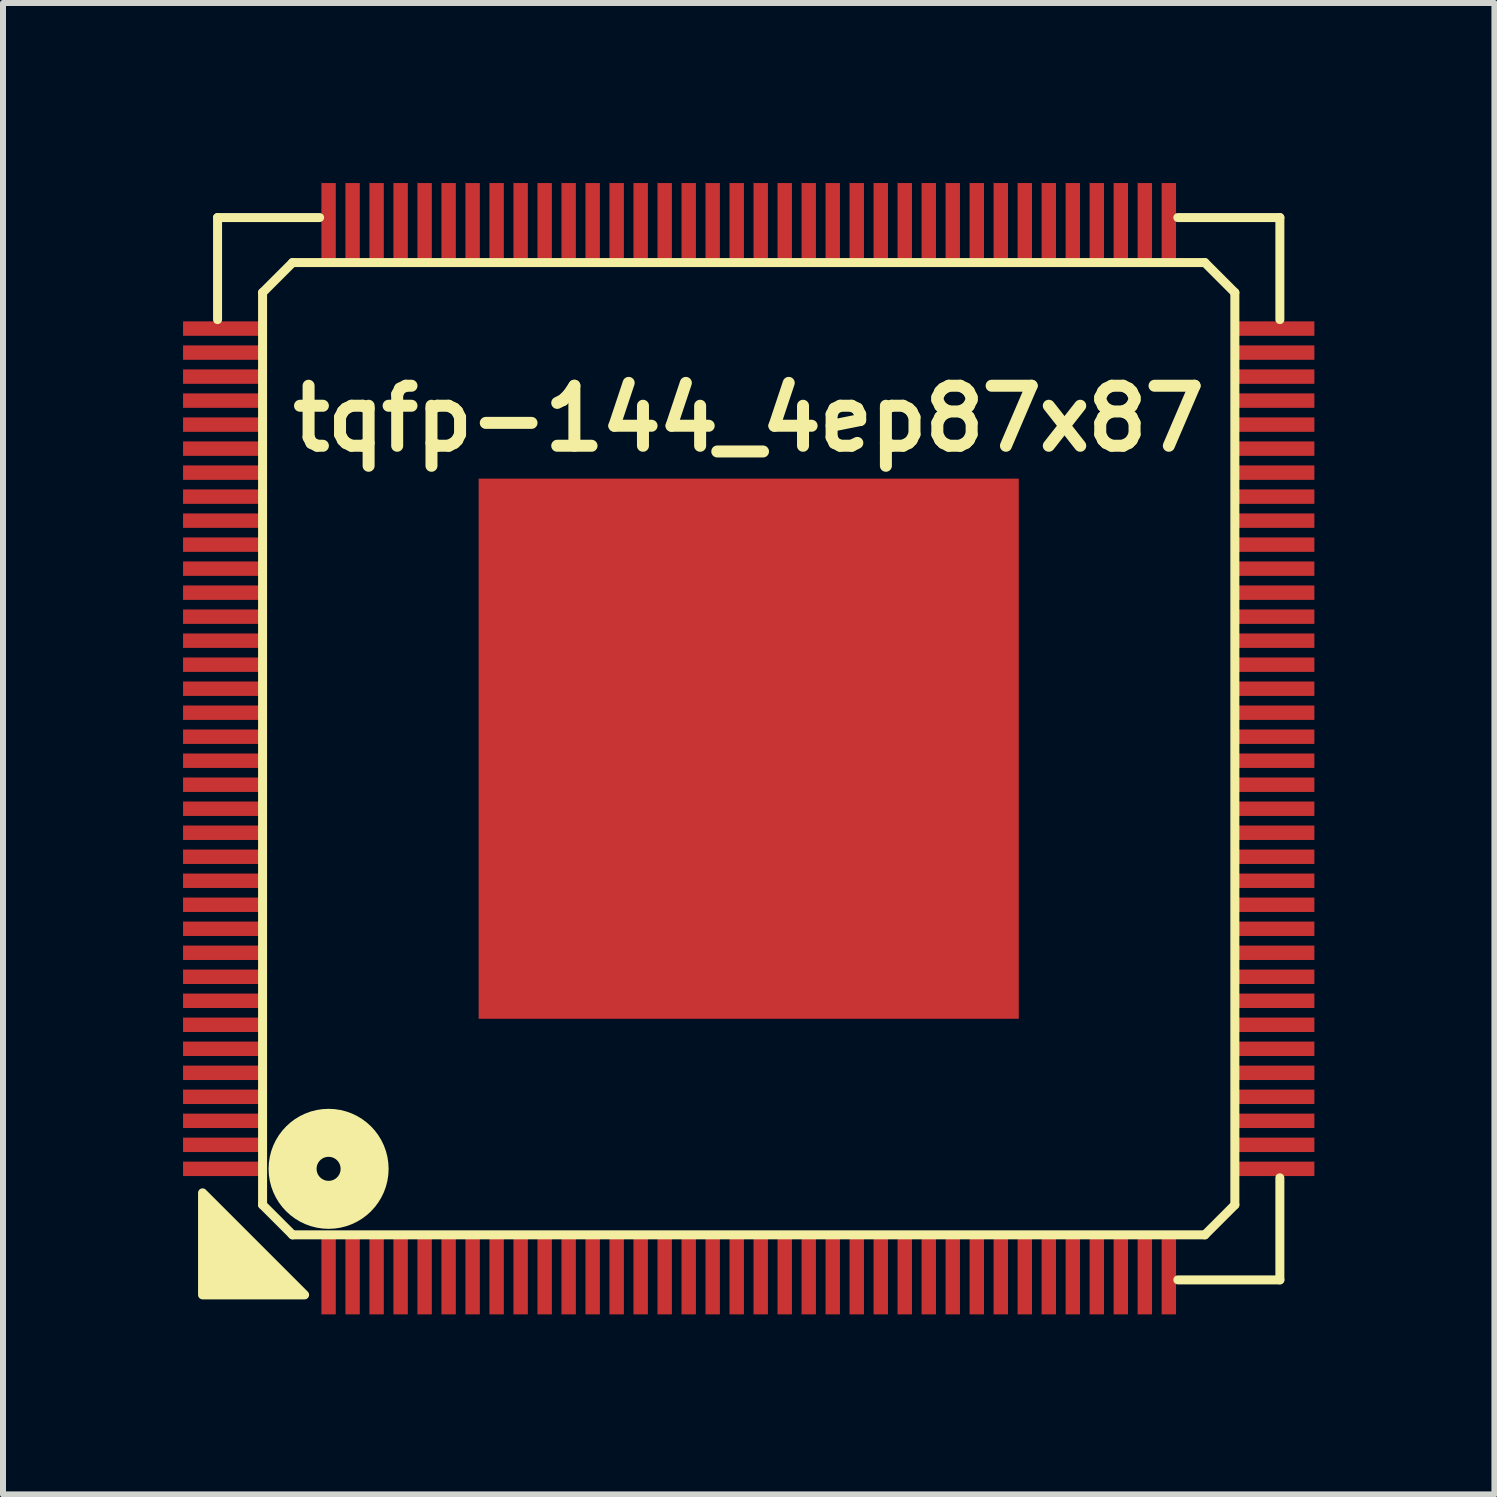
<source format=kicad_pcb>
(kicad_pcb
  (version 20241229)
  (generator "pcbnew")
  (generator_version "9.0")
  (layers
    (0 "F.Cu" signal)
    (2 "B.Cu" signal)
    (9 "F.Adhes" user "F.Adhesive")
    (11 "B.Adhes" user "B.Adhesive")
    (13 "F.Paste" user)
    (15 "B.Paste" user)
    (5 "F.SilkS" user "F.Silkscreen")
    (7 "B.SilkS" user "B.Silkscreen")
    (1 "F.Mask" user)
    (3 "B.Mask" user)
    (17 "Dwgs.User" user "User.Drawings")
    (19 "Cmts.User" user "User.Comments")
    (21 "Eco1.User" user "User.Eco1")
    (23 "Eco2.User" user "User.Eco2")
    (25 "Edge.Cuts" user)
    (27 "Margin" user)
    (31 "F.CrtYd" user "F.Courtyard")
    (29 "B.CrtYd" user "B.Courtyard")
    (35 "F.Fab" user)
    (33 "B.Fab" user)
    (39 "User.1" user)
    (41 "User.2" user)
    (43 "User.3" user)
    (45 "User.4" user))
  (footprint "tqfp-144_4ep87x87"
    (layer "F.Cu")
    (at 9.425 9.425)
    (property "Reference" "tqfp-144_4ep87x87" (at 0 -5.5 0) (layer "F.SilkS") (effects (font (size 1 1) (thickness 0.2))))
    (attr smd)
    (fp_line (start -8.85 -8.85) (end -7.15 -8.85) (stroke (width 0.15) (type solid)) (layer "F.SilkS"))
    (fp_line (start -8.85 -7.15) (end -8.85 -8.85) (stroke (width 0.15) (type solid)) (layer "F.SilkS"))
    (fp_line (start -8.1 -7.6) (end -7.6 -8.1) (stroke (width 0.15) (type solid)) (layer "F.SilkS"))
    (fp_line (start -8.1 7.6) (end -8.1 -7.6) (stroke (width 0.15) (type solid)) (layer "F.SilkS"))
    (fp_line (start -7.6 -8.1) (end 7.6 -8.1) (stroke (width 0.15) (type solid)) (layer "F.SilkS"))
    (fp_line (start -7.6 8.1) (end -8.1 7.6) (stroke (width 0.15) (type solid)) (layer "F.SilkS"))
    (fp_line (start 7.15 -8.85) (end 8.85 -8.85) (stroke (width 0.15) (type solid)) (layer "F.SilkS"))
    (fp_line (start 7.6 -8.1) (end 8.1 -7.6) (stroke (width 0.15) (type solid)) (layer "F.SilkS"))
    (fp_line (start 7.6 8.1) (end -7.6 8.1) (stroke (width 0.15) (type solid)) (layer "F.SilkS"))
    (fp_line (start 8.1 -7.6) (end 8.1 7.6) (stroke (width 0.15) (type solid)) (layer "F.SilkS"))
    (fp_line (start 8.1 7.6) (end 7.6 8.1) (stroke (width 0.15) (type solid)) (layer "F.SilkS"))
    (fp_line (start 8.85 -8.85) (end 8.85 -7.15) (stroke (width 0.15) (type solid)) (layer "F.SilkS"))
    (fp_line (start 8.85 7.15) (end 8.85 8.85) (stroke (width 0.15) (type solid)) (layer "F.SilkS"))
    (fp_line (start 8.85 8.85) (end 7.15 8.85) (stroke (width 0.15) (type solid)) (layer "F.SilkS"))
    (fp_circle (center -7 7) (end -6.8 7) (stroke (width 0.8) (type solid)) (fill no) (layer "F.SilkS"))
    (fp_poly (pts (xy -7.4 9.1) (xy -9.1 9.1) (xy -9.1 7.4)) (stroke (width 0.15) (type solid)) (fill yes) (layer "F.SilkS"))
    (pad "" smd rect (at -2.7 -2.7) (size 2.4 2.4) (layers "F.Paste"))
    (pad "" smd rect (at -2.7 0) (size 2.4 2.4) (layers "F.Paste"))
    (pad "" smd rect (at -2.7 2.7) (size 2.4 2.4) (layers "F.Paste"))
    (pad "" smd rect (at 0 -2.7) (size 2.4 2.4) (layers "F.Paste"))
    (pad "" smd rect (at 0 0) (size 2.4 2.4) (layers "F.Paste"))
    (pad "" smd rect (at 0 2.7) (size 2.4 2.4) (layers "F.Paste"))
    (pad "" smd rect (at 2.7 -2.7) (size 2.4 2.4) (layers "F.Paste"))
    (pad "" smd rect (at 2.7 0) (size 2.4 2.4) (layers "F.Paste"))
    (pad "" smd rect (at 2.7 2.7) (size 2.4 2.4) (layers "F.Paste"))
    (pad "1" smd rect (at -7 8.75) (size 0.24 1.35) (layers "F.Cu" "F.Mask" "F.Paste"))
    (pad "2" smd rect (at -6.6 8.75) (size 0.24 1.35) (layers "F.Cu" "F.Mask" "F.Paste"))
    (pad "3" smd rect (at -6.2 8.75) (size 0.24 1.35) (layers "F.Cu" "F.Mask" "F.Paste"))
    (pad "4" smd rect (at -5.8 8.75) (size 0.24 1.35) (layers "F.Cu" "F.Mask" "F.Paste"))
    (pad "5" smd rect (at -5.4 8.75) (size 0.24 1.35) (layers "F.Cu" "F.Mask" "F.Paste"))
    (pad "6" smd rect (at -5 8.75) (size 0.24 1.35) (layers "F.Cu" "F.Mask" "F.Paste"))
    (pad "7" smd rect (at -4.6 8.75) (size 0.24 1.35) (layers "F.Cu" "F.Mask" "F.Paste"))
    (pad "8" smd rect (at -4.2 8.75) (size 0.24 1.35) (layers "F.Cu" "F.Mask" "F.Paste"))
    (pad "9" smd rect (at -3.8 8.75) (size 0.24 1.35) (layers "F.Cu" "F.Mask" "F.Paste"))
    (pad "10" smd rect (at -3.4 8.75) (size 0.24 1.35) (layers "F.Cu" "F.Mask" "F.Paste"))
    (pad "11" smd rect (at -3 8.75) (size 0.24 1.35) (layers "F.Cu" "F.Mask" "F.Paste"))
    (pad "12" smd rect (at -2.6 8.75) (size 0.24 1.35) (layers "F.Cu" "F.Mask" "F.Paste"))
    (pad "13" smd rect (at -2.2 8.75) (size 0.24 1.35) (layers "F.Cu" "F.Mask" "F.Paste"))
    (pad "14" smd rect (at -1.8 8.75) (size 0.24 1.35) (layers "F.Cu" "F.Mask" "F.Paste"))
    (pad "15" smd rect (at -1.4 8.75) (size 0.24 1.35) (layers "F.Cu" "F.Mask" "F.Paste"))
    (pad "16" smd rect (at -1 8.75) (size 0.24 1.35) (layers "F.Cu" "F.Mask" "F.Paste"))
    (pad "17" smd rect (at -0.6 8.75) (size 0.24 1.35) (layers "F.Cu" "F.Mask" "F.Paste"))
    (pad "18" smd rect (at -0.2 8.75) (size 0.24 1.35) (layers "F.Cu" "F.Mask" "F.Paste"))
    (pad "19" smd rect (at 0.2 8.75) (size 0.24 1.35) (layers "F.Cu" "F.Mask" "F.Paste"))
    (pad "20" smd rect (at 0.6 8.75) (size 0.24 1.35) (layers "F.Cu" "F.Mask" "F.Paste"))
    (pad "21" smd rect (at 1 8.75) (size 0.24 1.35) (layers "F.Cu" "F.Mask" "F.Paste"))
    (pad "22" smd rect (at 1.4 8.75) (size 0.24 1.35) (layers "F.Cu" "F.Mask" "F.Paste"))
    (pad "23" smd rect (at 1.8 8.75) (size 0.24 1.35) (layers "F.Cu" "F.Mask" "F.Paste"))
    (pad "24" smd rect (at 2.2 8.75) (size 0.24 1.35) (layers "F.Cu" "F.Mask" "F.Paste"))
    (pad "25" smd rect (at 2.6 8.75) (size 0.24 1.35) (layers "F.Cu" "F.Mask" "F.Paste"))
    (pad "26" smd rect (at 3 8.75) (size 0.24 1.35) (layers "F.Cu" "F.Mask" "F.Paste"))
    (pad "27" smd rect (at 3.4 8.75) (size 0.24 1.35) (layers "F.Cu" "F.Mask" "F.Paste"))
    (pad "28" smd rect (at 3.8 8.75) (size 0.24 1.35) (layers "F.Cu" "F.Mask" "F.Paste"))
    (pad "29" smd rect (at 4.2 8.75) (size 0.24 1.35) (layers "F.Cu" "F.Mask" "F.Paste"))
    (pad "30" smd rect (at 4.6 8.75) (size 0.24 1.35) (layers "F.Cu" "F.Mask" "F.Paste"))
    (pad "31" smd rect (at 5 8.75) (size 0.24 1.35) (layers "F.Cu" "F.Mask" "F.Paste"))
    (pad "32" smd rect (at 5.4 8.75) (size 0.24 1.35) (layers "F.Cu" "F.Mask" "F.Paste"))
    (pad "33" smd rect (at 5.8 8.75) (size 0.24 1.35) (layers "F.Cu" "F.Mask" "F.Paste"))
    (pad "34" smd rect (at 6.2 8.75) (size 0.24 1.35) (layers "F.Cu" "F.Mask" "F.Paste"))
    (pad "35" smd rect (at 6.6 8.75) (size 0.24 1.35) (layers "F.Cu" "F.Mask" "F.Paste"))
    (pad "36" smd rect (at 7 8.75) (size 0.24 1.35) (layers "F.Cu" "F.Mask" "F.Paste"))
    (pad "37" smd rect (at 8.75 7) (size 1.35 0.24) (layers "F.Cu" "F.Mask" "F.Paste"))
    (pad "38" smd rect (at 8.75 6.6) (size 1.35 0.24) (layers "F.Cu" "F.Mask" "F.Paste"))
    (pad "39" smd rect (at 8.75 6.2) (size 1.35 0.24) (layers "F.Cu" "F.Mask" "F.Paste"))
    (pad "40" smd rect (at 8.75 5.8) (size 1.35 0.24) (layers "F.Cu" "F.Mask" "F.Paste"))
    (pad "41" smd rect (at 8.75 5.4) (size 1.35 0.24) (layers "F.Cu" "F.Mask" "F.Paste"))
    (pad "42" smd rect (at 8.75 5) (size 1.35 0.24) (layers "F.Cu" "F.Mask" "F.Paste"))
    (pad "43" smd rect (at 8.75 4.6) (size 1.35 0.24) (layers "F.Cu" "F.Mask" "F.Paste"))
    (pad "44" smd rect (at 8.75 4.2) (size 1.35 0.24) (layers "F.Cu" "F.Mask" "F.Paste"))
    (pad "45" smd rect (at 8.75 3.8) (size 1.35 0.24) (layers "F.Cu" "F.Mask" "F.Paste"))
    (pad "46" smd rect (at 8.75 3.4) (size 1.35 0.24) (layers "F.Cu" "F.Mask" "F.Paste"))
    (pad "47" smd rect (at 8.75 3) (size 1.35 0.24) (layers "F.Cu" "F.Mask" "F.Paste"))
    (pad "48" smd rect (at 8.75 2.6) (size 1.35 0.24) (layers "F.Cu" "F.Mask" "F.Paste"))
    (pad "49" smd rect (at 8.75 2.2) (size 1.35 0.24) (layers "F.Cu" "F.Mask" "F.Paste"))
    (pad "50" smd rect (at 8.75 1.8) (size 1.35 0.24) (layers "F.Cu" "F.Mask" "F.Paste"))
    (pad "51" smd rect (at 8.75 1.4) (size 1.35 0.24) (layers "F.Cu" "F.Mask" "F.Paste"))
    (pad "52" smd rect (at 8.75 1) (size 1.35 0.24) (layers "F.Cu" "F.Mask" "F.Paste"))
    (pad "53" smd rect (at 8.75 0.6) (size 1.35 0.24) (layers "F.Cu" "F.Mask" "F.Paste"))
    (pad "54" smd rect (at 8.75 0.2) (size 1.35 0.24) (layers "F.Cu" "F.Mask" "F.Paste"))
    (pad "55" smd rect (at 8.75 -0.2) (size 1.35 0.24) (layers "F.Cu" "F.Mask" "F.Paste"))
    (pad "56" smd rect (at 8.75 -0.6) (size 1.35 0.24) (layers "F.Cu" "F.Mask" "F.Paste"))
    (pad "57" smd rect (at 8.75 -1) (size 1.35 0.24) (layers "F.Cu" "F.Mask" "F.Paste"))
    (pad "58" smd rect (at 8.75 -1.4) (size 1.35 0.24) (layers "F.Cu" "F.Mask" "F.Paste"))
    (pad "59" smd rect (at 8.75 -1.8) (size 1.35 0.24) (layers "F.Cu" "F.Mask" "F.Paste"))
    (pad "60" smd rect (at 8.75 -2.2) (size 1.35 0.24) (layers "F.Cu" "F.Mask" "F.Paste"))
    (pad "61" smd rect (at 8.75 -2.6) (size 1.35 0.24) (layers "F.Cu" "F.Mask" "F.Paste"))
    (pad "62" smd rect (at 8.75 -3) (size 1.35 0.24) (layers "F.Cu" "F.Mask" "F.Paste"))
    (pad "63" smd rect (at 8.75 -3.4) (size 1.35 0.24) (layers "F.Cu" "F.Mask" "F.Paste"))
    (pad "64" smd rect (at 8.75 -3.8) (size 1.35 0.24) (layers "F.Cu" "F.Mask" "F.Paste"))
    (pad "65" smd rect (at 8.75 -4.2) (size 1.35 0.24) (layers "F.Cu" "F.Mask" "F.Paste"))
    (pad "66" smd rect (at 8.75 -4.6) (size 1.35 0.24) (layers "F.Cu" "F.Mask" "F.Paste"))
    (pad "67" smd rect (at 8.75 -5) (size 1.35 0.24) (layers "F.Cu" "F.Mask" "F.Paste"))
    (pad "68" smd rect (at 8.75 -5.4) (size 1.35 0.24) (layers "F.Cu" "F.Mask" "F.Paste"))
    (pad "69" smd rect (at 8.75 -5.8) (size 1.35 0.24) (layers "F.Cu" "F.Mask" "F.Paste"))
    (pad "70" smd rect (at 8.75 -6.2) (size 1.35 0.24) (layers "F.Cu" "F.Mask" "F.Paste"))
    (pad "71" smd rect (at 8.75 -6.6) (size 1.35 0.24) (layers "F.Cu" "F.Mask" "F.Paste"))
    (pad "72" smd rect (at 8.75 -7) (size 1.35 0.24) (layers "F.Cu" "F.Mask" "F.Paste"))
    (pad "73" smd rect (at 7 -8.75) (size 0.24 1.35) (layers "F.Cu" "F.Mask" "F.Paste"))
    (pad "74" smd rect (at 6.6 -8.75) (size 0.24 1.35) (layers "F.Cu" "F.Mask" "F.Paste"))
    (pad "75" smd rect (at 6.2 -8.75) (size 0.24 1.35) (layers "F.Cu" "F.Mask" "F.Paste"))
    (pad "76" smd rect (at 5.8 -8.75) (size 0.24 1.35) (layers "F.Cu" "F.Mask" "F.Paste"))
    (pad "77" smd rect (at 5.4 -8.75) (size 0.24 1.35) (layers "F.Cu" "F.Mask" "F.Paste"))
    (pad "78" smd rect (at 5 -8.75) (size 0.24 1.35) (layers "F.Cu" "F.Mask" "F.Paste"))
    (pad "79" smd rect (at 4.6 -8.75) (size 0.24 1.35) (layers "F.Cu" "F.Mask" "F.Paste"))
    (pad "80" smd rect (at 4.2 -8.75) (size 0.24 1.35) (layers "F.Cu" "F.Mask" "F.Paste"))
    (pad "81" smd rect (at 3.8 -8.75) (size 0.24 1.35) (layers "F.Cu" "F.Mask" "F.Paste"))
    (pad "82" smd rect (at 3.4 -8.75) (size 0.24 1.35) (layers "F.Cu" "F.Mask" "F.Paste"))
    (pad "83" smd rect (at 3 -8.75) (size 0.24 1.35) (layers "F.Cu" "F.Mask" "F.Paste"))
    (pad "84" smd rect (at 2.6 -8.75) (size 0.24 1.35) (layers "F.Cu" "F.Mask" "F.Paste"))
    (pad "85" smd rect (at 2.2 -8.75) (size 0.24 1.35) (layers "F.Cu" "F.Mask" "F.Paste"))
    (pad "86" smd rect (at 1.8 -8.75) (size 0.24 1.35) (layers "F.Cu" "F.Mask" "F.Paste"))
    (pad "87" smd rect (at 1.4 -8.75) (size 0.24 1.35) (layers "F.Cu" "F.Mask" "F.Paste"))
    (pad "88" smd rect (at 1 -8.75) (size 0.24 1.35) (layers "F.Cu" "F.Mask" "F.Paste"))
    (pad "89" smd rect (at 0.6 -8.75) (size 0.24 1.35) (layers "F.Cu" "F.Mask" "F.Paste"))
    (pad "90" smd rect (at 0.2 -8.75) (size 0.24 1.35) (layers "F.Cu" "F.Mask" "F.Paste"))
    (pad "91" smd rect (at -0.2 -8.75) (size 0.24 1.35) (layers "F.Cu" "F.Mask" "F.Paste"))
    (pad "92" smd rect (at -0.6 -8.75) (size 0.24 1.35) (layers "F.Cu" "F.Mask" "F.Paste"))
    (pad "93" smd rect (at -1 -8.75) (size 0.24 1.35) (layers "F.Cu" "F.Mask" "F.Paste"))
    (pad "94" smd rect (at -1.4 -8.75) (size 0.24 1.35) (layers "F.Cu" "F.Mask" "F.Paste"))
    (pad "95" smd rect (at -1.8 -8.75) (size 0.24 1.35) (layers "F.Cu" "F.Mask" "F.Paste"))
    (pad "96" smd rect (at -2.2 -8.75) (size 0.24 1.35) (layers "F.Cu" "F.Mask" "F.Paste"))
    (pad "97" smd rect (at -2.6 -8.75) (size 0.24 1.35) (layers "F.Cu" "F.Mask" "F.Paste"))
    (pad "98" smd rect (at -3 -8.75) (size 0.24 1.35) (layers "F.Cu" "F.Mask" "F.Paste"))
    (pad "99" smd rect (at -3.4 -8.75) (size 0.24 1.35) (layers "F.Cu" "F.Mask" "F.Paste"))
    (pad "100" smd rect (at -3.8 -8.75) (size 0.24 1.35) (layers "F.Cu" "F.Mask" "F.Paste"))
    (pad "101" smd rect (at -4.2 -8.75) (size 0.24 1.35) (layers "F.Cu" "F.Mask" "F.Paste"))
    (pad "102" smd rect (at -4.6 -8.75) (size 0.24 1.35) (layers "F.Cu" "F.Mask" "F.Paste"))
    (pad "103" smd rect (at -5 -8.75) (size 0.24 1.35) (layers "F.Cu" "F.Mask" "F.Paste"))
    (pad "104" smd rect (at -5.4 -8.75) (size 0.24 1.35) (layers "F.Cu" "F.Mask" "F.Paste"))
    (pad "105" smd rect (at -5.8 -8.75) (size 0.24 1.35) (layers "F.Cu" "F.Mask" "F.Paste"))
    (pad "106" smd rect (at -6.2 -8.75) (size 0.24 1.35) (layers "F.Cu" "F.Mask" "F.Paste"))
    (pad "107" smd rect (at -6.6 -8.75) (size 0.24 1.35) (layers "F.Cu" "F.Mask" "F.Paste"))
    (pad "108" smd rect (at -7 -8.75) (size 0.24 1.35) (layers "F.Cu" "F.Mask" "F.Paste"))
    (pad "109" smd rect (at -8.75 -7) (size 1.35 0.24) (layers "F.Cu" "F.Mask" "F.Paste"))
    (pad "110" smd rect (at -8.75 -6.6) (size 1.35 0.24) (layers "F.Cu" "F.Mask" "F.Paste"))
    (pad "111" smd rect (at -8.75 -6.2) (size 1.35 0.24) (layers "F.Cu" "F.Mask" "F.Paste"))
    (pad "112" smd rect (at -8.75 -5.8) (size 1.35 0.24) (layers "F.Cu" "F.Mask" "F.Paste"))
    (pad "113" smd rect (at -8.75 -5.4) (size 1.35 0.24) (layers "F.Cu" "F.Mask" "F.Paste"))
    (pad "114" smd rect (at -8.75 -5) (size 1.35 0.24) (layers "F.Cu" "F.Mask" "F.Paste"))
    (pad "115" smd rect (at -8.75 -4.6) (size 1.35 0.24) (layers "F.Cu" "F.Mask" "F.Paste"))
    (pad "116" smd rect (at -8.75 -4.2) (size 1.35 0.24) (layers "F.Cu" "F.Mask" "F.Paste"))
    (pad "117" smd rect (at -8.75 -3.8) (size 1.35 0.24) (layers "F.Cu" "F.Mask" "F.Paste"))
    (pad "118" smd rect (at -8.75 -3.4) (size 1.35 0.24) (layers "F.Cu" "F.Mask" "F.Paste"))
    (pad "119" smd rect (at -8.75 -3) (size 1.35 0.24) (layers "F.Cu" "F.Mask" "F.Paste"))
    (pad "120" smd rect (at -8.75 -2.6) (size 1.35 0.24) (layers "F.Cu" "F.Mask" "F.Paste"))
    (pad "121" smd rect (at -8.75 -2.2) (size 1.35 0.24) (layers "F.Cu" "F.Mask" "F.Paste"))
    (pad "122" smd rect (at -8.75 -1.8) (size 1.35 0.24) (layers "F.Cu" "F.Mask" "F.Paste"))
    (pad "123" smd rect (at -8.75 -1.4) (size 1.35 0.24) (layers "F.Cu" "F.Mask" "F.Paste"))
    (pad "124" smd rect (at -8.75 -1) (size 1.35 0.24) (layers "F.Cu" "F.Mask" "F.Paste"))
    (pad "125" smd rect (at -8.75 -0.6) (size 1.35 0.24) (layers "F.Cu" "F.Mask" "F.Paste"))
    (pad "126" smd rect (at -8.75 -0.2) (size 1.35 0.24) (layers "F.Cu" "F.Mask" "F.Paste"))
    (pad "127" smd rect (at -8.75 0.2) (size 1.35 0.24) (layers "F.Cu" "F.Mask" "F.Paste"))
    (pad "128" smd rect (at -8.75 0.6) (size 1.35 0.24) (layers "F.Cu" "F.Mask" "F.Paste"))
    (pad "129" smd rect (at -8.75 1) (size 1.35 0.24) (layers "F.Cu" "F.Mask" "F.Paste"))
    (pad "130" smd rect (at -8.75 1.4) (size 1.35 0.24) (layers "F.Cu" "F.Mask" "F.Paste"))
    (pad "131" smd rect (at -8.75 1.8) (size 1.35 0.24) (layers "F.Cu" "F.Mask" "F.Paste"))
    (pad "132" smd rect (at -8.75 2.2) (size 1.35 0.24) (layers "F.Cu" "F.Mask" "F.Paste"))
    (pad "133" smd rect (at -8.75 2.6) (size 1.35 0.24) (layers "F.Cu" "F.Mask" "F.Paste"))
    (pad "134" smd rect (at -8.75 3) (size 1.35 0.24) (layers "F.Cu" "F.Mask" "F.Paste"))
    (pad "135" smd rect (at -8.75 3.4) (size 1.35 0.24) (layers "F.Cu" "F.Mask" "F.Paste"))
    (pad "136" smd rect (at -8.75 3.8) (size 1.35 0.24) (layers "F.Cu" "F.Mask" "F.Paste"))
    (pad "137" smd rect (at -8.75 4.2) (size 1.35 0.24) (layers "F.Cu" "F.Mask" "F.Paste"))
    (pad "138" smd rect (at -8.75 4.6) (size 1.35 0.24) (layers "F.Cu" "F.Mask" "F.Paste"))
    (pad "139" smd rect (at -8.75 5) (size 1.35 0.24) (layers "F.Cu" "F.Mask" "F.Paste"))
    (pad "140" smd rect (at -8.75 5.4) (size 1.35 0.24) (layers "F.Cu" "F.Mask" "F.Paste"))
    (pad "141" smd rect (at -8.75 5.8) (size 1.35 0.24) (layers "F.Cu" "F.Mask" "F.Paste"))
    (pad "142" smd rect (at -8.75 6.2) (size 1.35 0.24) (layers "F.Cu" "F.Mask" "F.Paste"))
    (pad "143" smd rect (at -8.75 6.6) (size 1.35 0.24) (layers "F.Cu" "F.Mask" "F.Paste"))
    (pad "144" smd rect (at -8.75 7) (size 1.35 0.24) (layers "F.Cu" "F.Mask" "F.Paste"))
    (pad "145" smd rect (at 0 0) (size 9 9) (layers "F.Cu" "F.Mask")))
  (gr_rect
    (start -3 -3)
    (end 21.85 21.85)
    (stroke (width 0.1) (type default))
    (fill no)
    (layer "Edge.Cuts")))
</source>
